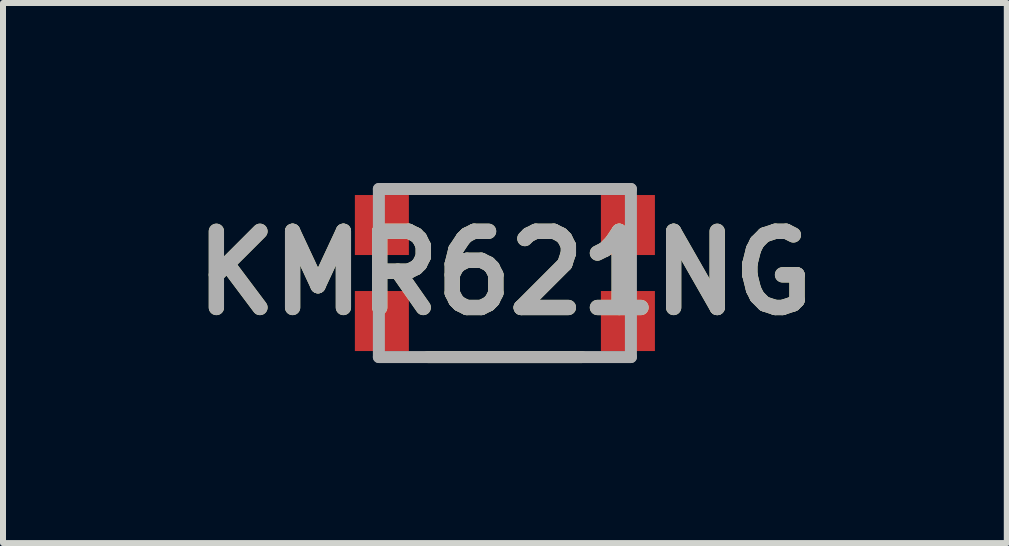
<source format=kicad_pcb>
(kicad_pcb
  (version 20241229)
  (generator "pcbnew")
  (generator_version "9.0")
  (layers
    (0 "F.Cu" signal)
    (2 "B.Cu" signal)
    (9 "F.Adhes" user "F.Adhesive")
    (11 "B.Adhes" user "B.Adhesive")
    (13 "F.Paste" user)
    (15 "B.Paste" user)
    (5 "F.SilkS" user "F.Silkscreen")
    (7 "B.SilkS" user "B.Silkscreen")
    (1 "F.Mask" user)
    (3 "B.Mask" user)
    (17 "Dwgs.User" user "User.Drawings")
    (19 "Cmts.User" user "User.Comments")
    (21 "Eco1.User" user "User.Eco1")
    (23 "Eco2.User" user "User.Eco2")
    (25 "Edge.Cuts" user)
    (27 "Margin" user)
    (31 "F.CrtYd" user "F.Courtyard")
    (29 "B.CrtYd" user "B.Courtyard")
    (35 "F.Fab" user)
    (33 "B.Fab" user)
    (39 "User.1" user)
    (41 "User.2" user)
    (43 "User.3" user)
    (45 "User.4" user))
  (footprint "KMR621NG"
    (layer "F.Cu")
    (at 5.364 1.5)
    (property "Reference" "KMR621NG" (at 0 0 0) (layer "F.SilkS") (effects (font (size 1.27 1.27) (thickness 0.254))))
    (attr smd)
    (fp_line (start -1.285 -1.4) (end 1.285 -1.4) (stroke (width 0.2) (type solid)) (layer "F.SilkS"))
    (fp_line (start -1.285 1.4) (end 1.285 1.4) (stroke (width 0.2) (type solid)) (layer "F.SilkS"))
    (fp_line (start -2.1 -1.4) (end 2.1 -1.4) (stroke (width 0.2) (type solid)) (layer "F.Fab"))
    (fp_line (start -2.1 1.4) (end -2.1 -1.4) (stroke (width 0.2) (type solid)) (layer "F.Fab"))
    (fp_line (start 2.1 -1.4) (end 2.1 1.4) (stroke (width 0.2) (type solid)) (layer "F.Fab"))
    (fp_line (start 2.1 1.4) (end -2.1 1.4) (stroke (width 0.2) (type solid)) (layer "F.Fab"))
    (fp_text user "${REFERENCE}" (at 0 0 0) (layer "F.Fab") (effects (font (size 1.27 1.27) (thickness 0.254))))
    (pad "1" smd rect (at -2.05 0.8) (size 0.9 1) (layers "F.Cu" "F.Mask" "F.Paste"))
    (pad "2" smd rect (at 2.05 0.8) (size 0.9 1) (layers "F.Cu" "F.Mask" "F.Paste"))
    (pad "3" smd rect (at 2.05 -0.8) (size 0.9 1) (layers "F.Cu" "F.Mask" "F.Paste"))
    (pad "4" smd rect (at -2.05 -0.8) (size 0.9 1) (layers "F.Cu" "F.Mask" "F.Paste")))
  (gr_rect
    (start -3 -3)
    (end 13.728 6)
    (stroke (width 0.1) (type default))
    (fill no)
    (layer "Edge.Cuts")))
</source>
